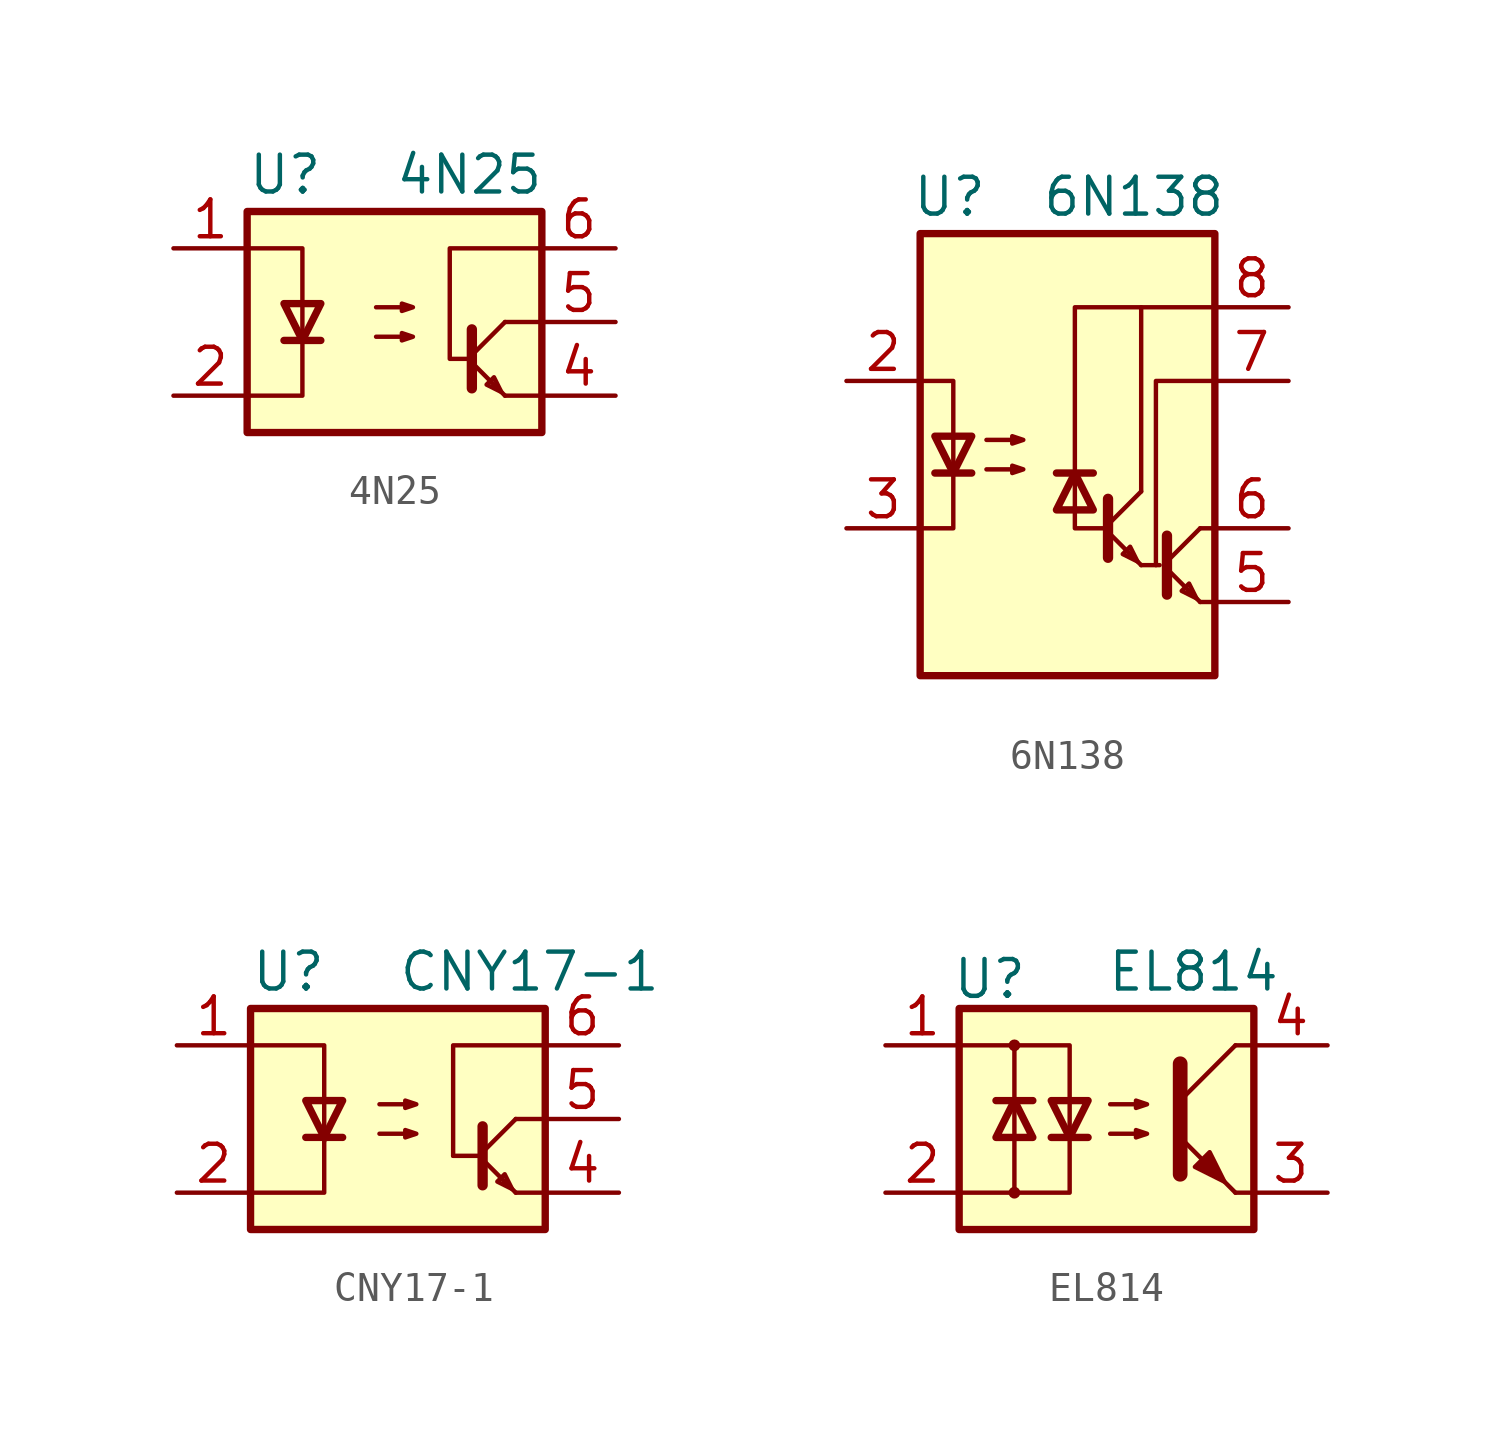
<source format=kicad_sym>
(kicad_symbol_lib
  (version 20241209)
  (generator "kicad_symbol_editor")
  (generator_version "9.0")
  (symbol "4N25"
    (pin_names
      (offset 1.016))
    (property "Reference" "U"
      (at -5.08 5.08 0)
      (effects (font (size 1.27 1.27)) (justify left)))
    (property "Value" "4N25"
      (at 0 5.08 0)
      (effects (font (size 1.27 1.27)) (justify left)))
    (symbol "4N25_0_1"
      (rectangle (start -5.08 3.81) (end 5.08 -3.81) (stroke (width 0.254) (type default)) (fill (type background)))
      (polyline (pts (xy -5.08 -2.54) (xy -3.175 -2.54) (xy -3.175 2.54) (xy -5.08 2.54)) (stroke (width 0) (type default)) (fill (type none)))
      (polyline (pts (xy -3.81 -0.635) (xy -2.54 -0.635)) (stroke (width 0.254) (type default)) (fill (type none)))
      (polyline (pts (xy -3.175 -0.635) (xy -3.81 0.635) (xy -2.54 0.635) (xy -3.175 -0.635)) (stroke (width 0.254) (type default)) (fill (type none)))
      (polyline (pts (xy -0.635 0.508) (xy 0.635 0.508) (xy 0.254 0.381) (xy 0.254 0.635) (xy 0.635 0.508)) (stroke (width 0) (type default)) (fill (type none)))
      (polyline (pts (xy -0.635 -0.508) (xy 0.635 -0.508) (xy 0.254 -0.635) (xy 0.254 -0.381) (xy 0.635 -0.508)) (stroke (width 0) (type default)) (fill (type none)))
      (polyline (pts (xy 2.667 -0.254) (xy 2.667 -2.286) (xy 2.667 -2.286)) (stroke (width 0.356) (type default)) (fill (type none)))
      (polyline (pts (xy 2.667 -1.143) (xy 3.81 0)) (stroke (width 0) (type default)) (fill (type none)))
      (polyline (pts (xy 2.667 -1.397) (xy 3.81 -2.54)) (stroke (width 0) (type default)) (fill (type none)))
      (polyline (pts (xy 3.683 -2.413) (xy 3.429 -1.905) (xy 3.175 -2.159) (xy 3.683 -2.413)) (stroke (width 0) (type default)) (fill (type none)))
      (polyline (pts (xy 3.81 0) (xy 5.08 0)) (stroke (width 0) (type default)) (fill (type none)))
      (polyline (pts (xy 3.81 -2.54) (xy 5.08 -2.54)) (stroke (width 0) (type default)) (fill (type none)))
      (polyline (pts (xy 5.08 2.54) (xy 1.905 2.54) (xy 1.905 -1.27) (xy 2.54 -1.27)) (stroke (width 0) (type default)) (fill (type none))))
    (symbol "4N25_1_1"
      (pin passive line (at -7.62 2.54 0) (length 2.54) (name "~" (effects (font (size 1.27 1.27)))) (number "1" (effects (font (size 1.27 1.27)))))
      (pin passive line (at -7.62 -2.54 0) (length 2.54) (name "~" (effects (font (size 1.27 1.27)))) (number "2" (effects (font (size 1.27 1.27)))))
      (pin no_connect line (at -5.08 0 0) (length 2.54) (hide yes) (name "NC" (effects (font (size 1.27 1.27)))) (number "3" (effects (font (size 1.27 1.27)))))
      (pin passive line (at 7.62 2.54 180) (length 2.54) (name "~" (effects (font (size 1.27 1.27)))) (number "6" (effects (font (size 1.27 1.27)))))
      (pin passive line (at 7.62 0 180) (length 2.54) (name "~" (effects (font (size 1.27 1.27)))) (number "5" (effects (font (size 1.27 1.27)))))
      (pin passive line (at 7.62 -2.54 180) (length 2.54) (name "~" (effects (font (size 1.27 1.27)))) (number "4" (effects (font (size 1.27 1.27)))))))
  (symbol "6N138"
    (pin_names
      (offset 1.016)
      (hide yes))
    (property "Reference" "U"
      (at -4.064 8.89 0)
      (effects (font (size 1.27 1.27))))
    (property "Value" "6N138"
      (at 2.286 8.89 0)
      (effects (font (size 1.27 1.27))))
    (symbol "6N138_0_1"
      (rectangle (start -5.08 7.62) (end 5.08 -7.62) (stroke (width 0.254) (type default)) (fill (type background)))
      (polyline (pts (xy -5.08 -2.54) (xy -3.937 -2.54) (xy -3.937 2.54) (xy -5.08 2.54)) (stroke (width 0) (type default)) (fill (type none)))
      (polyline (pts (xy -4.572 -0.635) (xy -3.302 -0.635)) (stroke (width 0.254) (type default)) (fill (type none)))
      (polyline (pts (xy -3.937 -0.635) (xy -4.572 0.635) (xy -3.302 0.635) (xy -3.937 -0.635)) (stroke (width 0.254) (type default)) (fill (type none)))
      (polyline (pts (xy -2.794 0.508) (xy -1.524 0.508) (xy -1.905 0.381) (xy -1.905 0.635) (xy -1.524 0.508)) (stroke (width 0) (type default)) (fill (type none)))
      (polyline (pts (xy -2.794 -0.508) (xy -1.524 -0.508) (xy -1.905 -0.635) (xy -1.905 -0.381) (xy -1.524 -0.508)) (stroke (width 0) (type default)) (fill (type none)))
      (polyline (pts (xy 0.254 -0.635) (xy 0.889 -1.905) (xy -0.381 -1.905) (xy 0.254 -0.635)) (stroke (width 0.254) (type default)) (fill (type none)))
      (polyline (pts (xy 0.889 -0.635) (xy -0.381 -0.635)) (stroke (width 0.254) (type default)) (fill (type none)))
      (polyline (pts (xy 1.27 -2.54) (xy 0.254 -2.54) (xy 0.254 5.08) (xy 2.54 5.08)) (stroke (width 0) (type default)) (fill (type none)))
      (polyline (pts (xy 1.397 -1.524) (xy 1.397 -3.556) (xy 1.397 -3.556)) (stroke (width 0.356) (type default)) (fill (type none)))
      (polyline (pts (xy 1.397 -2.413) (xy 2.54 -1.27)) (stroke (width 0) (type default)) (fill (type none)))
      (polyline (pts (xy 1.397 -2.667) (xy 2.54 -3.81)) (stroke (width 0) (type default)) (fill (type none)))
      (polyline (pts (xy 2.413 -3.683) (xy 2.159 -3.175) (xy 1.905 -3.429) (xy 2.413 -3.683)) (stroke (width 0) (type default)) (fill (type none)))
      (polyline (pts (xy 2.54 -1.27) (xy 2.54 5.08) (xy 5.08 5.08)) (stroke (width 0) (type default)) (fill (type none)))
      (polyline (pts (xy 2.54 -3.81) (xy 3.175 -3.81)) (stroke (width 0) (type default)) (fill (type none)))
      (polyline (pts (xy 3.429 -2.794) (xy 3.429 -4.826) (xy 3.429 -4.826)) (stroke (width 0.356) (type default)) (fill (type none)))
      (polyline (pts (xy 3.429 -3.683) (xy 4.572 -2.54)) (stroke (width 0) (type default)) (fill (type none)))
      (polyline (pts (xy 3.429 -3.937) (xy 4.572 -5.08)) (stroke (width 0) (type default)) (fill (type none)))
      (polyline (pts (xy 4.445 -4.953) (xy 4.191 -4.445) (xy 3.937 -4.699) (xy 4.445 -4.953)) (stroke (width 0) (type default)) (fill (type none)))
      (polyline (pts (xy 4.572 -2.54) (xy 5.08 -2.54)) (stroke (width 0) (type default)) (fill (type none)))
      (polyline (pts (xy 4.572 -5.08) (xy 5.08 -5.08)) (stroke (width 0) (type default)) (fill (type none)))
      (polyline (pts (xy 5.08 2.54) (xy 3.048 2.54) (xy 3.048 -3.81)) (stroke (width 0) (type default)) (fill (type none))))
    (symbol "6N138_1_1"
      (pin passive line (at -7.62 2.54 0) (length 2.54) (name "C1" (effects (font (size 1.27 1.27)))) (number "2" (effects (font (size 1.27 1.27)))))
      (pin passive line (at -7.62 -2.54 0) (length 2.54) (name "C2" (effects (font (size 1.27 1.27)))) (number "3" (effects (font (size 1.27 1.27)))))
      (pin no_connect line (at -5.08 5.08 0) (length 2.54) (hide yes) (name "NC" (effects (font (size 1.27 1.27)))) (number "1" (effects (font (size 1.27 1.27)))))
      (pin no_connect line (at -5.08 -5.08 0) (length 2.54) (hide yes) (name "NC" (effects (font (size 1.27 1.27)))) (number "4" (effects (font (size 1.27 1.27)))))
      (pin passive line (at 7.62 5.08 180) (length 2.54) (name "VCC" (effects (font (size 1.27 1.27)))) (number "8" (effects (font (size 1.27 1.27)))))
      (pin passive line (at 7.62 2.54 180) (length 2.54) (name "VO1" (effects (font (size 1.27 1.27)))) (number "7" (effects (font (size 1.27 1.27)))))
      (pin passive line (at 7.62 -2.54 180) (length 2.54) (name "VO2" (effects (font (size 1.27 1.27)))) (number "6" (effects (font (size 1.27 1.27)))))
      (pin passive line (at 7.62 -5.08 180) (length 2.54) (name "GND" (effects (font (size 1.27 1.27)))) (number "5" (effects (font (size 1.27 1.27)))))))
  (symbol "CNY17-1"
    (pin_names
      (offset 1.016))
    (property "Reference" "U"
      (at -5.08 5.08 0)
      (effects (font (size 1.27 1.27)) (justify left)))
    (property "Value" "CNY17-1"
      (at 0 5.08 0)
      (effects (font (size 1.27 1.27)) (justify left)))
    (symbol "CNY17-1_0_1"
      (rectangle (start -5.08 3.81) (end 5.08 -3.81) (stroke (width 0.254) (type default)) (fill (type background)))
      (polyline (pts (xy -5.08 2.54) (xy -2.54 2.54) (xy -2.54 -0.762)) (stroke (width 0) (type default)) (fill (type none)))
      (polyline (pts (xy -3.175 -0.635) (xy -1.905 -0.635)) (stroke (width 0.254) (type default)) (fill (type none)))
      (polyline (pts (xy -2.54 -0.635) (xy -2.54 -2.54) (xy -5.08 -2.54)) (stroke (width 0) (type default)) (fill (type none)))
      (polyline (pts (xy -2.54 -0.635) (xy -3.175 0.635) (xy -1.905 0.635) (xy -2.54 -0.635)) (stroke (width 0.254) (type default)) (fill (type none)))
      (polyline (pts (xy -0.635 0.508) (xy 0.635 0.508) (xy 0.254 0.381) (xy 0.254 0.635) (xy 0.635 0.508)) (stroke (width 0) (type default)) (fill (type none)))
      (polyline (pts (xy -0.635 -0.508) (xy 0.635 -0.508) (xy 0.254 -0.635) (xy 0.254 -0.381) (xy 0.635 -0.508)) (stroke (width 0) (type default)) (fill (type none)))
      (polyline (pts (xy 1.905 -1.27) (xy 1.905 2.54) (xy 5.08 2.54)) (stroke (width 0) (type default)) (fill (type none)))
      (polyline (pts (xy 2.921 -0.254) (xy 2.921 -2.286) (xy 2.921 -2.286)) (stroke (width 0.356) (type default)) (fill (type none)))
      (polyline (pts (xy 2.921 -1.143) (xy 4.064 0)) (stroke (width 0) (type default)) (fill (type none)))
      (polyline (pts (xy 2.921 -1.27) (xy 1.905 -1.27)) (stroke (width 0) (type default)) (fill (type none)))
      (polyline (pts (xy 2.921 -1.397) (xy 4.064 -2.54)) (stroke (width 0) (type default)) (fill (type none)))
      (polyline (pts (xy 3.937 -2.413) (xy 3.683 -1.905) (xy 3.429 -2.159) (xy 3.937 -2.413)) (stroke (width 0) (type default)) (fill (type none)))
      (polyline (pts (xy 4.064 -2.54) (xy 5.08 -2.54)) (stroke (width 0) (type default)) (fill (type none)))
      (polyline (pts (xy 5.08 0) (xy 4.064 0)) (stroke (width 0) (type default)) (fill (type none))))
    (symbol "CNY17-1_1_1"
      (pin passive line (at -7.62 2.54 0) (length 2.54) (name "~" (effects (font (size 1.27 1.27)))) (number "1" (effects (font (size 1.27 1.27)))))
      (pin passive line (at -7.62 -2.54 0) (length 2.54) (name "~" (effects (font (size 1.27 1.27)))) (number "2" (effects (font (size 1.27 1.27)))))
      (pin no_connect line (at -5.08 0 0) (length 2.54) (hide yes) (name "NC" (effects (font (size 1.27 1.27)))) (number "3" (effects (font (size 1.27 1.27)))))
      (pin passive line (at 7.62 2.54 180) (length 2.54) (name "~" (effects (font (size 1.27 1.27)))) (number "6" (effects (font (size 1.27 1.27)))))
      (pin passive line (at 7.62 0 180) (length 2.54) (name "~" (effects (font (size 1.27 1.27)))) (number "5" (effects (font (size 1.27 1.27)))))
      (pin passive line (at 7.62 -2.54 180) (length 2.54) (name "~" (effects (font (size 1.27 1.27)))) (number "4" (effects (font (size 1.27 1.27)))))))
  (symbol "EL814"
    (pin_names
      (offset 1.016))
    (property "Reference" "U"
      (at -5.334 4.826 0)
      (effects (font (size 1.27 1.27)) (justify left)))
    (property "Value" "EL814"
      (at 0 5.08 0)
      (effects (font (size 1.27 1.27)) (justify left)))
    (symbol "EL814_0_1"
      (rectangle (start -5.08 3.81) (end 5.08 -3.81) (stroke (width 0.254) (type default)) (fill (type background)))
      (polyline (pts (xy -5.08 2.54) (xy -1.27 2.54) (xy -1.27 0.635)) (stroke (width 0) (type default)) (fill (type none)))
      (polyline (pts (xy -3.81 0.635) (xy -2.54 0.635)) (stroke (width 0.254) (type default)) (fill (type none)))
      (circle (center -3.175 2.54) (radius 0.127) (stroke (width 0) (type default)) (fill (type none)))
      (polyline (pts (xy -3.175 0.635) (xy -3.175 2.54)) (stroke (width 0) (type default)) (fill (type none)))
      (polyline (pts (xy -3.175 0.635) (xy -3.175 -0.635)) (stroke (width 0) (type default)) (fill (type none)))
      (polyline (pts (xy -3.175 0.635) (xy -3.81 -0.635) (xy -2.54 -0.635) (xy -3.175 0.635)) (stroke (width 0.254) (type default)) (fill (type none)))
      (polyline (pts (xy -3.175 -0.635) (xy -3.175 -2.54)) (stroke (width 0) (type default)) (fill (type none)))
      (circle (center -3.175 -2.54) (radius 0.127) (stroke (width 0) (type default)) (fill (type none)))
      (polyline (pts (xy -1.905 -0.635) (xy -0.635 -0.635)) (stroke (width 0.254) (type default)) (fill (type none)))
      (polyline (pts (xy -1.27 0.635) (xy -1.27 -0.635)) (stroke (width 0) (type default)) (fill (type none)))
      (polyline (pts (xy -1.27 -0.635) (xy -1.27 -2.54) (xy -5.08 -2.54)) (stroke (width 0) (type default)) (fill (type none)))
      (polyline (pts (xy -1.27 -0.635) (xy -1.905 0.635) (xy -0.635 0.635) (xy -1.27 -0.635)) (stroke (width 0.254) (type default)) (fill (type none)))
      (polyline (pts (xy 0.127 0.508) (xy 1.397 0.508) (xy 1.016 0.381) (xy 1.016 0.635) (xy 1.397 0.508)) (stroke (width 0) (type default)) (fill (type none)))
      (polyline (pts (xy 0.127 -0.508) (xy 1.397 -0.508) (xy 1.016 -0.635) (xy 1.016 -0.381) (xy 1.397 -0.508)) (stroke (width 0) (type default)) (fill (type none)))
      (polyline (pts (xy 2.54 1.905) (xy 2.54 -1.905) (xy 2.54 -1.905)) (stroke (width 0.508) (type default)) (fill (type none)))
      (polyline (pts (xy 2.54 0.635) (xy 4.445 2.54)) (stroke (width 0) (type default)) (fill (type none)))
      (polyline (pts (xy 3.048 -1.651) (xy 3.556 -1.143) (xy 4.064 -2.159) (xy 3.048 -1.651) (xy 3.048 -1.651)) (stroke (width 0) (type default)) (fill (type outline)))
      (polyline (pts (xy 4.445 2.54) (xy 5.08 2.54)) (stroke (width 0) (type default)) (fill (type none)))
      (polyline (pts (xy 4.445 -2.54) (xy 2.54 -0.635)) (stroke (width 0) (type default)) (fill (type outline)))
      (polyline (pts (xy 4.445 -2.54) (xy 5.08 -2.54)) (stroke (width 0) (type default)) (fill (type none))))
    (symbol "EL814_1_1"
      (pin passive line (at -7.62 2.54 0) (length 2.54) (name "~" (effects (font (size 1.27 1.27)))) (number "1" (effects (font (size 1.27 1.27)))))
      (pin passive line (at -7.62 -2.54 0) (length 2.54) (name "~" (effects (font (size 1.27 1.27)))) (number "2" (effects (font (size 1.27 1.27)))))
      (pin passive line (at 7.62 2.54 180) (length 2.54) (name "~" (effects (font (size 1.27 1.27)))) (number "4" (effects (font (size 1.27 1.27)))))
      (pin passive line (at 7.62 -2.54 180) (length 2.54) (name "~" (effects (font (size 1.27 1.27)))) (number "3" (effects (font (size 1.27 1.27))))))))
</source>
